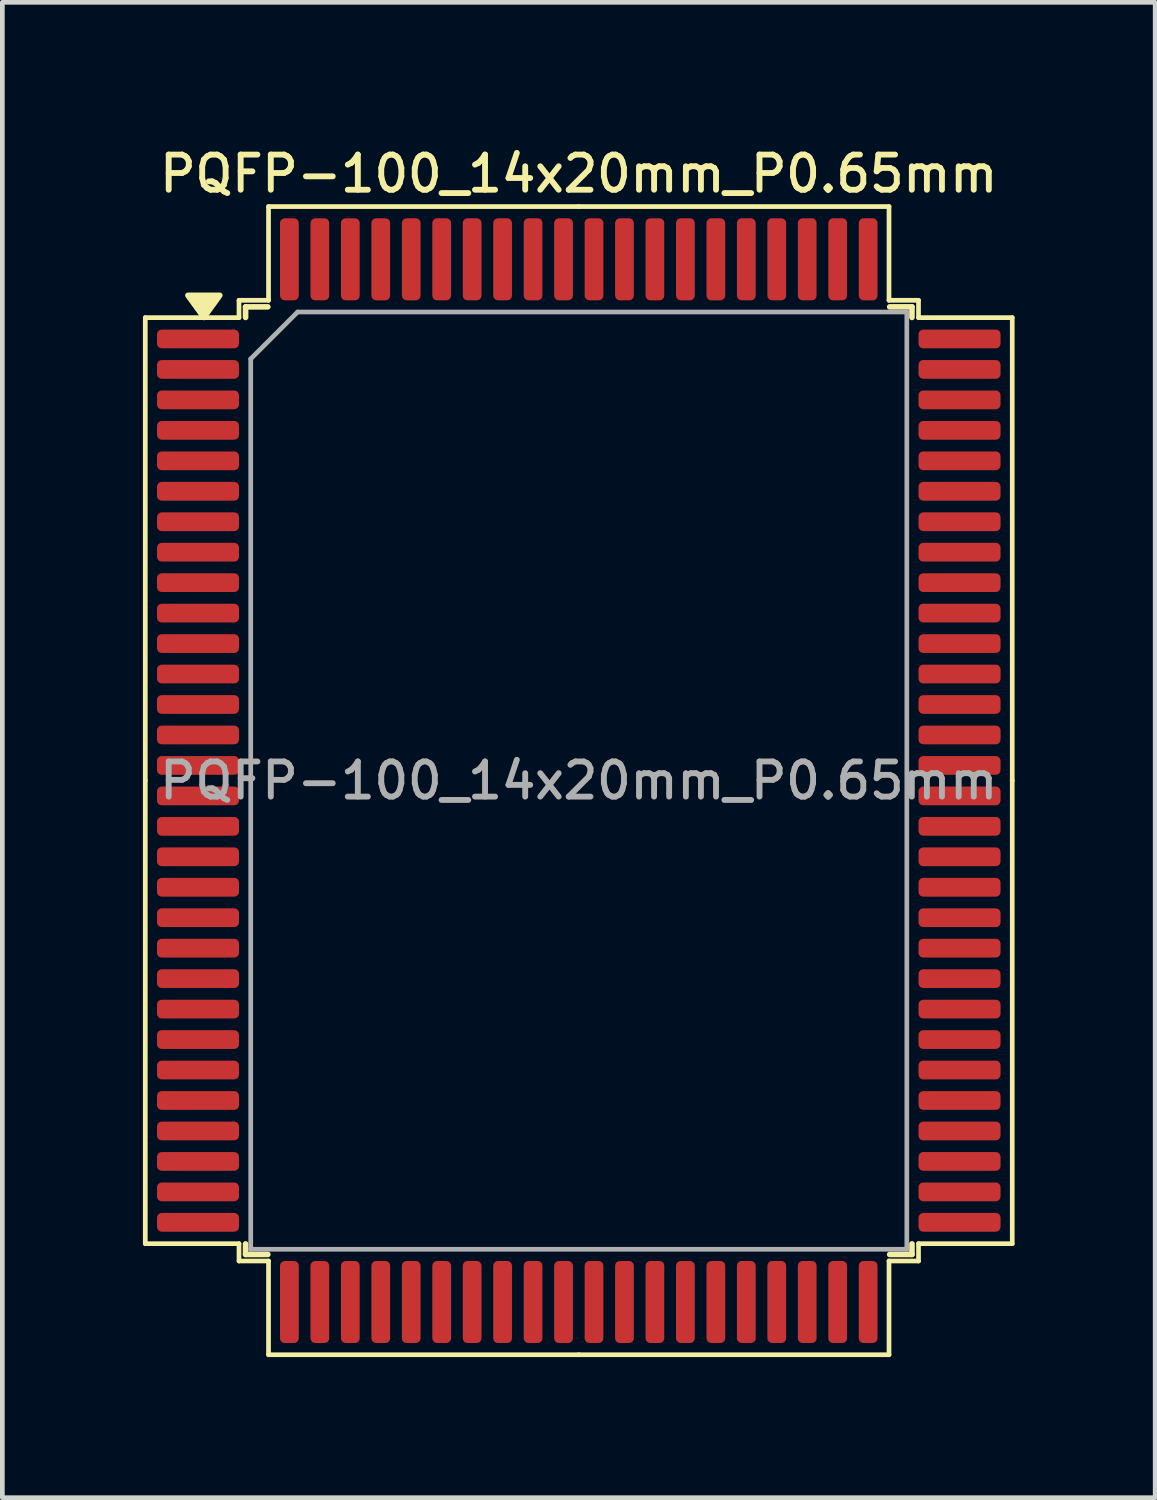
<source format=kicad_pcb>
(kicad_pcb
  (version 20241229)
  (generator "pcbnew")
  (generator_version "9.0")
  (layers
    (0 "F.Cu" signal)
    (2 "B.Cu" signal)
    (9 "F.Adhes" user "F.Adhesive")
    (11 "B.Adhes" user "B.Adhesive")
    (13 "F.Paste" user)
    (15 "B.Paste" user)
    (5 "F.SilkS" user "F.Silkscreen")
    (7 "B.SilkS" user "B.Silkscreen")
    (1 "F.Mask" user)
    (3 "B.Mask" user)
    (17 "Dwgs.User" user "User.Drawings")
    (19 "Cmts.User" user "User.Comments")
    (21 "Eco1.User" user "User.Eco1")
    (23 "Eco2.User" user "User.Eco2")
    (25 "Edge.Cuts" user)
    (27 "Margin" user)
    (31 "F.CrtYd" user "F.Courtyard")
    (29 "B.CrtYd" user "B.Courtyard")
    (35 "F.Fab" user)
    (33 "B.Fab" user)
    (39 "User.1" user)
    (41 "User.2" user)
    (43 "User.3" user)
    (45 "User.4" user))
  (footprint "PQFP-100_14x20mm_P0.65mm"
    (layer "F.Cu")
    (at 9.3 13.608)
    (property "Reference" "PQFP-100_14x20mm_P0.65mm" (at 0 -12.95 0) (layer "F.SilkS") (effects (font (size 0.75 0.75) (thickness 0.125))))
    (attr smd)
    (fp_line (start -9.25 -9.88) (end -9.25 0) (stroke (width 0.1) (type solid)) (layer "F.SilkS"))
    (fp_line (start -9.25 9.88) (end -9.25 0) (stroke (width 0.1) (type solid)) (layer "F.SilkS"))
    (fp_line (start -7.25 -10.25) (end -7.25 -9.88) (stroke (width 0.1) (type solid)) (layer "F.SilkS"))
    (fp_line (start -7.25 -9.88) (end -9.25 -9.88) (stroke (width 0.1) (type solid)) (layer "F.SilkS"))
    (fp_line (start -7.25 9.88) (end -9.25 9.88) (stroke (width 0.1) (type solid)) (layer "F.SilkS"))
    (fp_line (start -7.25 10.25) (end -7.25 9.88) (stroke (width 0.1) (type solid)) (layer "F.SilkS"))
    (fp_line (start -7.11 -10.11) (end -7.11 -9.885) (stroke (width 0.12) (type solid)) (layer "F.SilkS"))
    (fp_line (start -7.11 10.11) (end -7.11 9.885) (stroke (width 0.12) (type solid)) (layer "F.SilkS"))
    (fp_line (start -6.635 -10.11) (end -7.11 -10.11) (stroke (width 0.12) (type solid)) (layer "F.SilkS"))
    (fp_line (start -6.635 10.11) (end -7.11 10.11) (stroke (width 0.12) (type solid)) (layer "F.SilkS"))
    (fp_line (start -6.62 -12.25) (end -6.62 -10.25) (stroke (width 0.1) (type solid)) (layer "F.SilkS"))
    (fp_line (start -6.62 -10.25) (end -7.25 -10.25) (stroke (width 0.1) (type solid)) (layer "F.SilkS"))
    (fp_line (start -6.62 10.25) (end -7.25 10.25) (stroke (width 0.1) (type solid)) (layer "F.SilkS"))
    (fp_line (start -6.62 12.25) (end -6.62 10.25) (stroke (width 0.1) (type solid)) (layer "F.SilkS"))
    (fp_line (start 0 -12.25) (end -6.62 -12.25) (stroke (width 0.1) (type solid)) (layer "F.SilkS"))
    (fp_line (start 0 -12.25) (end 6.62 -12.25) (stroke (width 0.1) (type solid)) (layer "F.SilkS"))
    (fp_line (start 0 12.25) (end -6.62 12.25) (stroke (width 0.1) (type solid)) (layer "F.SilkS"))
    (fp_line (start 0 12.25) (end 6.62 12.25) (stroke (width 0.1) (type solid)) (layer "F.SilkS"))
    (fp_line (start 6.62 -12.25) (end 6.62 -10.25) (stroke (width 0.1) (type solid)) (layer "F.SilkS"))
    (fp_line (start 6.62 -10.25) (end 7.25 -10.25) (stroke (width 0.1) (type solid)) (layer "F.SilkS"))
    (fp_line (start 6.62 10.25) (end 7.25 10.25) (stroke (width 0.1) (type solid)) (layer "F.SilkS"))
    (fp_line (start 6.62 12.25) (end 6.62 10.25) (stroke (width 0.1) (type solid)) (layer "F.SilkS"))
    (fp_line (start 6.635 -10.11) (end 7.11 -10.11) (stroke (width 0.12) (type solid)) (layer "F.SilkS"))
    (fp_line (start 6.635 10.11) (end 7.11 10.11) (stroke (width 0.12) (type solid)) (layer "F.SilkS"))
    (fp_line (start 7.11 -10.11) (end 7.11 -9.885) (stroke (width 0.12) (type solid)) (layer "F.SilkS"))
    (fp_line (start 7.11 10.11) (end 7.11 9.885) (stroke (width 0.12) (type solid)) (layer "F.SilkS"))
    (fp_line (start 7.25 -10.25) (end 7.25 -9.88) (stroke (width 0.1) (type solid)) (layer "F.SilkS"))
    (fp_line (start 7.25 -9.88) (end 9.25 -9.88) (stroke (width 0.1) (type solid)) (layer "F.SilkS"))
    (fp_line (start 7.25 9.88) (end 9.25 9.88) (stroke (width 0.1) (type solid)) (layer "F.SilkS"))
    (fp_line (start 7.25 10.25) (end 7.25 9.88) (stroke (width 0.1) (type solid)) (layer "F.SilkS"))
    (fp_line (start 9.25 -9.88) (end 9.25 0) (stroke (width 0.1) (type solid)) (layer "F.SilkS"))
    (fp_line (start 9.25 9.88) (end 9.25 0) (stroke (width 0.1) (type solid)) (layer "F.SilkS"))
    (fp_poly (pts (xy -8 -9.885) (xy -8.34 -10.355) (xy -7.66 -10.355) (xy -8 -9.885)) (stroke (width 0.12) (type solid)) (fill yes) (layer "F.SilkS"))
    (fp_line (start -7 -9) (end -6 -10) (stroke (width 0.1) (type solid)) (layer "F.Fab"))
    (fp_line (start -7 10) (end -7 -9) (stroke (width 0.1) (type solid)) (layer "F.Fab"))
    (fp_line (start -6 -10) (end 7 -10) (stroke (width 0.1) (type solid)) (layer "F.Fab"))
    (fp_line (start 7 -10) (end 7 10) (stroke (width 0.1) (type solid)) (layer "F.Fab"))
    (fp_line (start 7 10) (end -7 10) (stroke (width 0.1) (type solid)) (layer "F.Fab"))
    (fp_text user "${REFERENCE}" (at 0 0 0) (layer "F.Fab") (effects (font (size 0.75 0.75) (thickness 0.125))))
    (pad "1" smd roundrect (at -8.125 -9.425) (size 1.75 0.4) (layers "F.Cu" "F.Mask" "F.Paste") (roundrect_rratio 0.25))
    (pad "2" smd roundrect (at -8.125 -8.775) (size 1.75 0.4) (layers "F.Cu" "F.Mask" "F.Paste") (roundrect_rratio 0.25))
    (pad "3" smd roundrect (at -8.125 -8.125) (size 1.75 0.4) (layers "F.Cu" "F.Mask" "F.Paste") (roundrect_rratio 0.25))
    (pad "4" smd roundrect (at -8.125 -7.475) (size 1.75 0.4) (layers "F.Cu" "F.Mask" "F.Paste") (roundrect_rratio 0.25))
    (pad "5" smd roundrect (at -8.125 -6.825) (size 1.75 0.4) (layers "F.Cu" "F.Mask" "F.Paste") (roundrect_rratio 0.25))
    (pad "6" smd roundrect (at -8.125 -6.175) (size 1.75 0.4) (layers "F.Cu" "F.Mask" "F.Paste") (roundrect_rratio 0.25))
    (pad "7" smd roundrect (at -8.125 -5.525) (size 1.75 0.4) (layers "F.Cu" "F.Mask" "F.Paste") (roundrect_rratio 0.25))
    (pad "8" smd roundrect (at -8.125 -4.875) (size 1.75 0.4) (layers "F.Cu" "F.Mask" "F.Paste") (roundrect_rratio 0.25))
    (pad "9" smd roundrect (at -8.125 -4.225) (size 1.75 0.4) (layers "F.Cu" "F.Mask" "F.Paste") (roundrect_rratio 0.25))
    (pad "10" smd roundrect (at -8.125 -3.575) (size 1.75 0.4) (layers "F.Cu" "F.Mask" "F.Paste") (roundrect_rratio 0.25))
    (pad "11" smd roundrect (at -8.125 -2.925) (size 1.75 0.4) (layers "F.Cu" "F.Mask" "F.Paste") (roundrect_rratio 0.25))
    (pad "12" smd roundrect (at -8.125 -2.275) (size 1.75 0.4) (layers "F.Cu" "F.Mask" "F.Paste") (roundrect_rratio 0.25))
    (pad "13" smd roundrect (at -8.125 -1.625) (size 1.75 0.4) (layers "F.Cu" "F.Mask" "F.Paste") (roundrect_rratio 0.25))
    (pad "14" smd roundrect (at -8.125 -0.975) (size 1.75 0.4) (layers "F.Cu" "F.Mask" "F.Paste") (roundrect_rratio 0.25))
    (pad "15" smd roundrect (at -8.125 -0.325) (size 1.75 0.4) (layers "F.Cu" "F.Mask" "F.Paste") (roundrect_rratio 0.25))
    (pad "16" smd roundrect (at -8.125 0.325) (size 1.75 0.4) (layers "F.Cu" "F.Mask" "F.Paste") (roundrect_rratio 0.25))
    (pad "17" smd roundrect (at -8.125 0.975) (size 1.75 0.4) (layers "F.Cu" "F.Mask" "F.Paste") (roundrect_rratio 0.25))
    (pad "18" smd roundrect (at -8.125 1.625) (size 1.75 0.4) (layers "F.Cu" "F.Mask" "F.Paste") (roundrect_rratio 0.25))
    (pad "19" smd roundrect (at -8.125 2.275) (size 1.75 0.4) (layers "F.Cu" "F.Mask" "F.Paste") (roundrect_rratio 0.25))
    (pad "20" smd roundrect (at -8.125 2.925) (size 1.75 0.4) (layers "F.Cu" "F.Mask" "F.Paste") (roundrect_rratio 0.25))
    (pad "21" smd roundrect (at -8.125 3.575) (size 1.75 0.4) (layers "F.Cu" "F.Mask" "F.Paste") (roundrect_rratio 0.25))
    (pad "22" smd roundrect (at -8.125 4.225) (size 1.75 0.4) (layers "F.Cu" "F.Mask" "F.Paste") (roundrect_rratio 0.25))
    (pad "23" smd roundrect (at -8.125 4.875) (size 1.75 0.4) (layers "F.Cu" "F.Mask" "F.Paste") (roundrect_rratio 0.25))
    (pad "24" smd roundrect (at -8.125 5.525) (size 1.75 0.4) (layers "F.Cu" "F.Mask" "F.Paste") (roundrect_rratio 0.25))
    (pad "25" smd roundrect (at -8.125 6.175) (size 1.75 0.4) (layers "F.Cu" "F.Mask" "F.Paste") (roundrect_rratio 0.25))
    (pad "26" smd roundrect (at -8.125 6.825) (size 1.75 0.4) (layers "F.Cu" "F.Mask" "F.Paste") (roundrect_rratio 0.25))
    (pad "27" smd roundrect (at -8.125 7.475) (size 1.75 0.4) (layers "F.Cu" "F.Mask" "F.Paste") (roundrect_rratio 0.25))
    (pad "28" smd roundrect (at -8.125 8.125) (size 1.75 0.4) (layers "F.Cu" "F.Mask" "F.Paste") (roundrect_rratio 0.25))
    (pad "29" smd roundrect (at -8.125 8.775) (size 1.75 0.4) (layers "F.Cu" "F.Mask" "F.Paste") (roundrect_rratio 0.25))
    (pad "30" smd roundrect (at -8.125 9.425) (size 1.75 0.4) (layers "F.Cu" "F.Mask" "F.Paste") (roundrect_rratio 0.25))
    (pad "31" smd roundrect (at -6.175 11.125) (size 0.4 1.75) (layers "F.Cu" "F.Mask" "F.Paste") (roundrect_rratio 0.25))
    (pad "32" smd roundrect (at -5.525 11.125) (size 0.4 1.75) (layers "F.Cu" "F.Mask" "F.Paste") (roundrect_rratio 0.25))
    (pad "33" smd roundrect (at -4.875 11.125) (size 0.4 1.75) (layers "F.Cu" "F.Mask" "F.Paste") (roundrect_rratio 0.25))
    (pad "34" smd roundrect (at -4.225 11.125) (size 0.4 1.75) (layers "F.Cu" "F.Mask" "F.Paste") (roundrect_rratio 0.25))
    (pad "35" smd roundrect (at -3.575 11.125) (size 0.4 1.75) (layers "F.Cu" "F.Mask" "F.Paste") (roundrect_rratio 0.25))
    (pad "36" smd roundrect (at -2.925 11.125) (size 0.4 1.75) (layers "F.Cu" "F.Mask" "F.Paste") (roundrect_rratio 0.25))
    (pad "37" smd roundrect (at -2.275 11.125) (size 0.4 1.75) (layers "F.Cu" "F.Mask" "F.Paste") (roundrect_rratio 0.25))
    (pad "38" smd roundrect (at -1.625 11.125) (size 0.4 1.75) (layers "F.Cu" "F.Mask" "F.Paste") (roundrect_rratio 0.25))
    (pad "39" smd roundrect (at -0.975 11.125) (size 0.4 1.75) (layers "F.Cu" "F.Mask" "F.Paste") (roundrect_rratio 0.25))
    (pad "40" smd roundrect (at -0.325 11.125) (size 0.4 1.75) (layers "F.Cu" "F.Mask" "F.Paste") (roundrect_rratio 0.25))
    (pad "41" smd roundrect (at 0.325 11.125) (size 0.4 1.75) (layers "F.Cu" "F.Mask" "F.Paste") (roundrect_rratio 0.25))
    (pad "42" smd roundrect (at 0.975 11.125) (size 0.4 1.75) (layers "F.Cu" "F.Mask" "F.Paste") (roundrect_rratio 0.25))
    (pad "43" smd roundrect (at 1.625 11.125) (size 0.4 1.75) (layers "F.Cu" "F.Mask" "F.Paste") (roundrect_rratio 0.25))
    (pad "44" smd roundrect (at 2.275 11.125) (size 0.4 1.75) (layers "F.Cu" "F.Mask" "F.Paste") (roundrect_rratio 0.25))
    (pad "45" smd roundrect (at 2.925 11.125) (size 0.4 1.75) (layers "F.Cu" "F.Mask" "F.Paste") (roundrect_rratio 0.25))
    (pad "46" smd roundrect (at 3.575 11.125) (size 0.4 1.75) (layers "F.Cu" "F.Mask" "F.Paste") (roundrect_rratio 0.25))
    (pad "47" smd roundrect (at 4.225 11.125) (size 0.4 1.75) (layers "F.Cu" "F.Mask" "F.Paste") (roundrect_rratio 0.25))
    (pad "48" smd roundrect (at 4.875 11.125) (size 0.4 1.75) (layers "F.Cu" "F.Mask" "F.Paste") (roundrect_rratio 0.25))
    (pad "49" smd roundrect (at 5.525 11.125) (size 0.4 1.75) (layers "F.Cu" "F.Mask" "F.Paste") (roundrect_rratio 0.25))
    (pad "50" smd roundrect (at 6.175 11.125) (size 0.4 1.75) (layers "F.Cu" "F.Mask" "F.Paste") (roundrect_rratio 0.25))
    (pad "51" smd roundrect (at 8.125 9.425) (size 1.75 0.4) (layers "F.Cu" "F.Mask" "F.Paste") (roundrect_rratio 0.25))
    (pad "52" smd roundrect (at 8.125 8.775) (size 1.75 0.4) (layers "F.Cu" "F.Mask" "F.Paste") (roundrect_rratio 0.25))
    (pad "53" smd roundrect (at 8.125 8.125) (size 1.75 0.4) (layers "F.Cu" "F.Mask" "F.Paste") (roundrect_rratio 0.25))
    (pad "54" smd roundrect (at 8.125 7.475) (size 1.75 0.4) (layers "F.Cu" "F.Mask" "F.Paste") (roundrect_rratio 0.25))
    (pad "55" smd roundrect (at 8.125 6.825) (size 1.75 0.4) (layers "F.Cu" "F.Mask" "F.Paste") (roundrect_rratio 0.25))
    (pad "56" smd roundrect (at 8.125 6.175) (size 1.75 0.4) (layers "F.Cu" "F.Mask" "F.Paste") (roundrect_rratio 0.25))
    (pad "57" smd roundrect (at 8.125 5.525) (size 1.75 0.4) (layers "F.Cu" "F.Mask" "F.Paste") (roundrect_rratio 0.25))
    (pad "58" smd roundrect (at 8.125 4.875) (size 1.75 0.4) (layers "F.Cu" "F.Mask" "F.Paste") (roundrect_rratio 0.25))
    (pad "59" smd roundrect (at 8.125 4.225) (size 1.75 0.4) (layers "F.Cu" "F.Mask" "F.Paste") (roundrect_rratio 0.25))
    (pad "60" smd roundrect (at 8.125 3.575) (size 1.75 0.4) (layers "F.Cu" "F.Mask" "F.Paste") (roundrect_rratio 0.25))
    (pad "61" smd roundrect (at 8.125 2.925) (size 1.75 0.4) (layers "F.Cu" "F.Mask" "F.Paste") (roundrect_rratio 0.25))
    (pad "62" smd roundrect (at 8.125 2.275) (size 1.75 0.4) (layers "F.Cu" "F.Mask" "F.Paste") (roundrect_rratio 0.25))
    (pad "63" smd roundrect (at 8.125 1.625) (size 1.75 0.4) (layers "F.Cu" "F.Mask" "F.Paste") (roundrect_rratio 0.25))
    (pad "64" smd roundrect (at 8.125 0.975) (size 1.75 0.4) (layers "F.Cu" "F.Mask" "F.Paste") (roundrect_rratio 0.25))
    (pad "65" smd roundrect (at 8.125 0.325) (size 1.75 0.4) (layers "F.Cu" "F.Mask" "F.Paste") (roundrect_rratio 0.25))
    (pad "66" smd roundrect (at 8.125 -0.325) (size 1.75 0.4) (layers "F.Cu" "F.Mask" "F.Paste") (roundrect_rratio 0.25))
    (pad "67" smd roundrect (at 8.125 -0.975) (size 1.75 0.4) (layers "F.Cu" "F.Mask" "F.Paste") (roundrect_rratio 0.25))
    (pad "68" smd roundrect (at 8.125 -1.625) (size 1.75 0.4) (layers "F.Cu" "F.Mask" "F.Paste") (roundrect_rratio 0.25))
    (pad "69" smd roundrect (at 8.125 -2.275) (size 1.75 0.4) (layers "F.Cu" "F.Mask" "F.Paste") (roundrect_rratio 0.25))
    (pad "70" smd roundrect (at 8.125 -2.925) (size 1.75 0.4) (layers "F.Cu" "F.Mask" "F.Paste") (roundrect_rratio 0.25))
    (pad "71" smd roundrect (at 8.125 -3.575) (size 1.75 0.4) (layers "F.Cu" "F.Mask" "F.Paste") (roundrect_rratio 0.25))
    (pad "72" smd roundrect (at 8.125 -4.225) (size 1.75 0.4) (layers "F.Cu" "F.Mask" "F.Paste") (roundrect_rratio 0.25))
    (pad "73" smd roundrect (at 8.125 -4.875) (size 1.75 0.4) (layers "F.Cu" "F.Mask" "F.Paste") (roundrect_rratio 0.25))
    (pad "74" smd roundrect (at 8.125 -5.525) (size 1.75 0.4) (layers "F.Cu" "F.Mask" "F.Paste") (roundrect_rratio 0.25))
    (pad "75" smd roundrect (at 8.125 -6.175) (size 1.75 0.4) (layers "F.Cu" "F.Mask" "F.Paste") (roundrect_rratio 0.25))
    (pad "76" smd roundrect (at 8.125 -6.825) (size 1.75 0.4) (layers "F.Cu" "F.Mask" "F.Paste") (roundrect_rratio 0.25))
    (pad "77" smd roundrect (at 8.125 -7.475) (size 1.75 0.4) (layers "F.Cu" "F.Mask" "F.Paste") (roundrect_rratio 0.25))
    (pad "78" smd roundrect (at 8.125 -8.125) (size 1.75 0.4) (layers "F.Cu" "F.Mask" "F.Paste") (roundrect_rratio 0.25))
    (pad "79" smd roundrect (at 8.125 -8.775) (size 1.75 0.4) (layers "F.Cu" "F.Mask" "F.Paste") (roundrect_rratio 0.25))
    (pad "80" smd roundrect (at 8.125 -9.425) (size 1.75 0.4) (layers "F.Cu" "F.Mask" "F.Paste") (roundrect_rratio 0.25))
    (pad "81" smd roundrect (at 6.175 -11.125) (size 0.4 1.75) (layers "F.Cu" "F.Mask" "F.Paste") (roundrect_rratio 0.25))
    (pad "82" smd roundrect (at 5.525 -11.125) (size 0.4 1.75) (layers "F.Cu" "F.Mask" "F.Paste") (roundrect_rratio 0.25))
    (pad "83" smd roundrect (at 4.875 -11.125) (size 0.4 1.75) (layers "F.Cu" "F.Mask" "F.Paste") (roundrect_rratio 0.25))
    (pad "84" smd roundrect (at 4.225 -11.125) (size 0.4 1.75) (layers "F.Cu" "F.Mask" "F.Paste") (roundrect_rratio 0.25))
    (pad "85" smd roundrect (at 3.575 -11.125) (size 0.4 1.75) (layers "F.Cu" "F.Mask" "F.Paste") (roundrect_rratio 0.25))
    (pad "86" smd roundrect (at 2.925 -11.125) (size 0.4 1.75) (layers "F.Cu" "F.Mask" "F.Paste") (roundrect_rratio 0.25))
    (pad "87" smd roundrect (at 2.275 -11.125) (size 0.4 1.75) (layers "F.Cu" "F.Mask" "F.Paste") (roundrect_rratio 0.25))
    (pad "88" smd roundrect (at 1.625 -11.125) (size 0.4 1.75) (layers "F.Cu" "F.Mask" "F.Paste") (roundrect_rratio 0.25))
    (pad "89" smd roundrect (at 0.975 -11.125) (size 0.4 1.75) (layers "F.Cu" "F.Mask" "F.Paste") (roundrect_rratio 0.25))
    (pad "90" smd roundrect (at 0.325 -11.125) (size 0.4 1.75) (layers "F.Cu" "F.Mask" "F.Paste") (roundrect_rratio 0.25))
    (pad "91" smd roundrect (at -0.325 -11.125) (size 0.4 1.75) (layers "F.Cu" "F.Mask" "F.Paste") (roundrect_rratio 0.25))
    (pad "92" smd roundrect (at -0.975 -11.125) (size 0.4 1.75) (layers "F.Cu" "F.Mask" "F.Paste") (roundrect_rratio 0.25))
    (pad "93" smd roundrect (at -1.625 -11.125) (size 0.4 1.75) (layers "F.Cu" "F.Mask" "F.Paste") (roundrect_rratio 0.25))
    (pad "94" smd roundrect (at -2.275 -11.125) (size 0.4 1.75) (layers "F.Cu" "F.Mask" "F.Paste") (roundrect_rratio 0.25))
    (pad "95" smd roundrect (at -2.925 -11.125) (size 0.4 1.75) (layers "F.Cu" "F.Mask" "F.Paste") (roundrect_rratio 0.25))
    (pad "96" smd roundrect (at -3.575 -11.125) (size 0.4 1.75) (layers "F.Cu" "F.Mask" "F.Paste") (roundrect_rratio 0.25))
    (pad "97" smd roundrect (at -4.225 -11.125) (size 0.4 1.75) (layers "F.Cu" "F.Mask" "F.Paste") (roundrect_rratio 0.25))
    (pad "98" smd roundrect (at -4.875 -11.125) (size 0.4 1.75) (layers "F.Cu" "F.Mask" "F.Paste") (roundrect_rratio 0.25))
    (pad "99" smd roundrect (at -5.525 -11.125) (size 0.4 1.75) (layers "F.Cu" "F.Mask" "F.Paste") (roundrect_rratio 0.25))
    (pad "100" smd roundrect (at -6.175 -11.125) (size 0.4 1.75) (layers "F.Cu" "F.Mask" "F.Paste") (roundrect_rratio 0.25)))
  (gr_rect
    (start -3 -3)
    (end 21.6 28.908)
    (stroke (width 0.1) (type default))
    (fill no)
    (layer "Edge.Cuts")))
</source>
